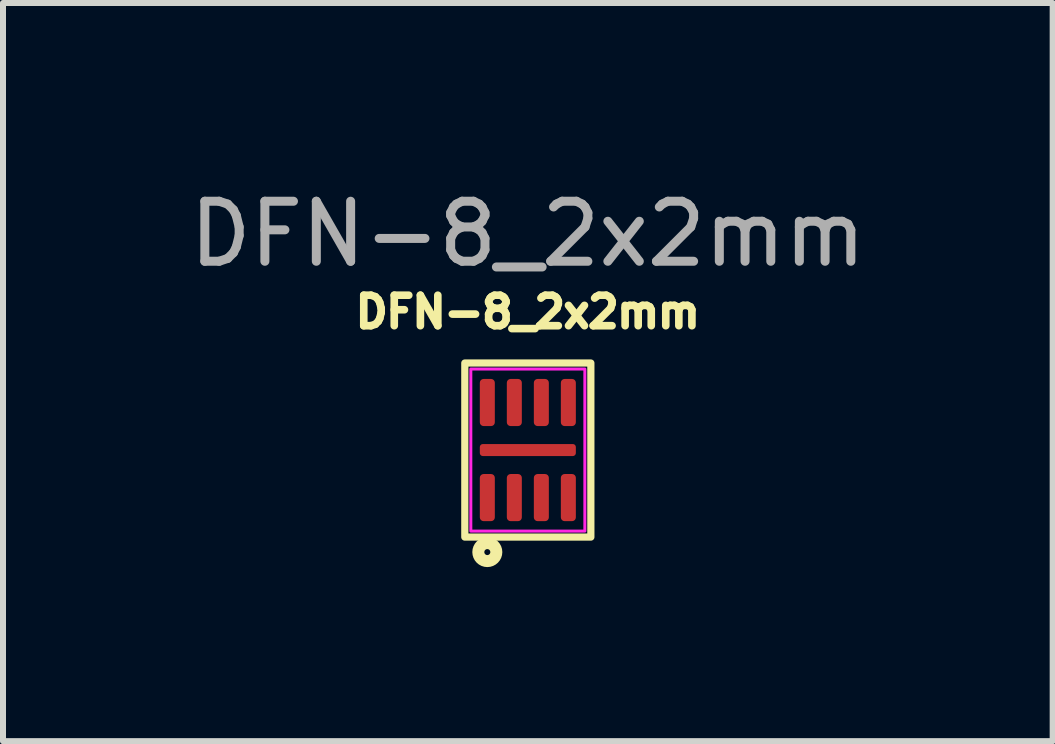
<source format=kicad_pcb>
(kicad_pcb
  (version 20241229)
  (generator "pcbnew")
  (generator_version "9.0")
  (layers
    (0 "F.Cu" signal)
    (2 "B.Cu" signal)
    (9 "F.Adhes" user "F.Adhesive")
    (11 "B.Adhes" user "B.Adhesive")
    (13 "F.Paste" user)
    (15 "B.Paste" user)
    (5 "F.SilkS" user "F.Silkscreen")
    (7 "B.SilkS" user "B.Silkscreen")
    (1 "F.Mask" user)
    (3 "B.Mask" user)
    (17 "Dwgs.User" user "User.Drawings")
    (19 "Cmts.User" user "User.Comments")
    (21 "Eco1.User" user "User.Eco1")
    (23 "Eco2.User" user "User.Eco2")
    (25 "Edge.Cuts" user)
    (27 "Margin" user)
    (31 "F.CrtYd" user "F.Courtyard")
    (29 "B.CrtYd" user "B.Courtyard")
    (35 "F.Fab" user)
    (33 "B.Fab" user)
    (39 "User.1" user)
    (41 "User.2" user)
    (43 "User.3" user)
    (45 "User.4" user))
  (footprint "DFN-8_2x2mm"
    (layer "F.Cu")
    (at 5.744 4.448)
    (property "Reference" "DFN-8_2x2mm" (at 0 -2.3 0) (unlocked yes) (layer "F.SilkS") (effects (font (size 0.508 0.508) (thickness 0.127))))
    (attr smd)
    (fp_rect (start -1.05 -1.45) (end 1.05 1.45) (stroke (width 0.12) (type solid)) (fill no) (layer "F.SilkS"))
    (fp_circle (center -0.675 1.7) (end -0.625 1.7) (stroke (width 0.2) (type solid)) (fill no) (layer "F.SilkS"))
    (fp_rect (start 0.95 1.35) (end -0.95 -1.35) (stroke (width 0.05) (type solid)) (fill no) (layer "F.CrtYd"))
    (fp_text user "${REFERENCE}" (at 0 -3.6 0) (unlocked yes) (layer "F.Fab") (effects (font (size 1 1) (thickness 0.15))))
    (pad "1" smd roundrect (at -0.675 0.792) (size 0.25 0.785) (layers "F.Cu" "F.Mask" "F.Paste") (roundrect_rratio 0.25))
    (pad "2" smd roundrect (at -0.225 0.792) (size 0.25 0.785) (layers "F.Cu" "F.Mask" "F.Paste") (roundrect_rratio 0.25))
    (pad "3" smd roundrect (at 0.225 0.792) (size 0.25 0.785) (layers "F.Cu" "F.Mask" "F.Paste") (roundrect_rratio 0.25))
    (pad "4" smd roundrect (at 0.675 0.792 180) (size 0.25 0.785) (layers "F.Cu" "F.Mask" "F.Paste") (roundrect_rratio 0.25))
    (pad "5" smd roundrect (at 0.675 -0.792 180) (size 0.25 0.785) (layers "F.Cu" "F.Mask" "F.Paste") (roundrect_rratio 0.25))
    (pad "6" smd roundrect (at 0.225 -0.792) (size 0.25 0.785) (layers "F.Cu" "F.Mask" "F.Paste") (roundrect_rratio 0.25))
    (pad "7" smd roundrect (at -0.225 -0.792) (size 0.25 0.785) (layers "F.Cu" "F.Mask" "F.Paste") (roundrect_rratio 0.25))
    (pad "8" smd roundrect (at -0.675 -0.792) (size 0.25 0.785) (layers "F.Cu" "F.Mask" "F.Paste") (roundrect_rratio 0.25))
    (pad "9" smd roundrect (at 0 0 90) (size 0.2 1.6) (layers "F.Cu" "F.Mask" "F.Paste") (roundrect_rratio 0.25)))
  (gr_rect
    (start -3 -3)
    (end 14.488 9.298)
    (stroke (width 0.1) (type default))
    (fill no)
    (layer "Edge.Cuts")))
</source>
